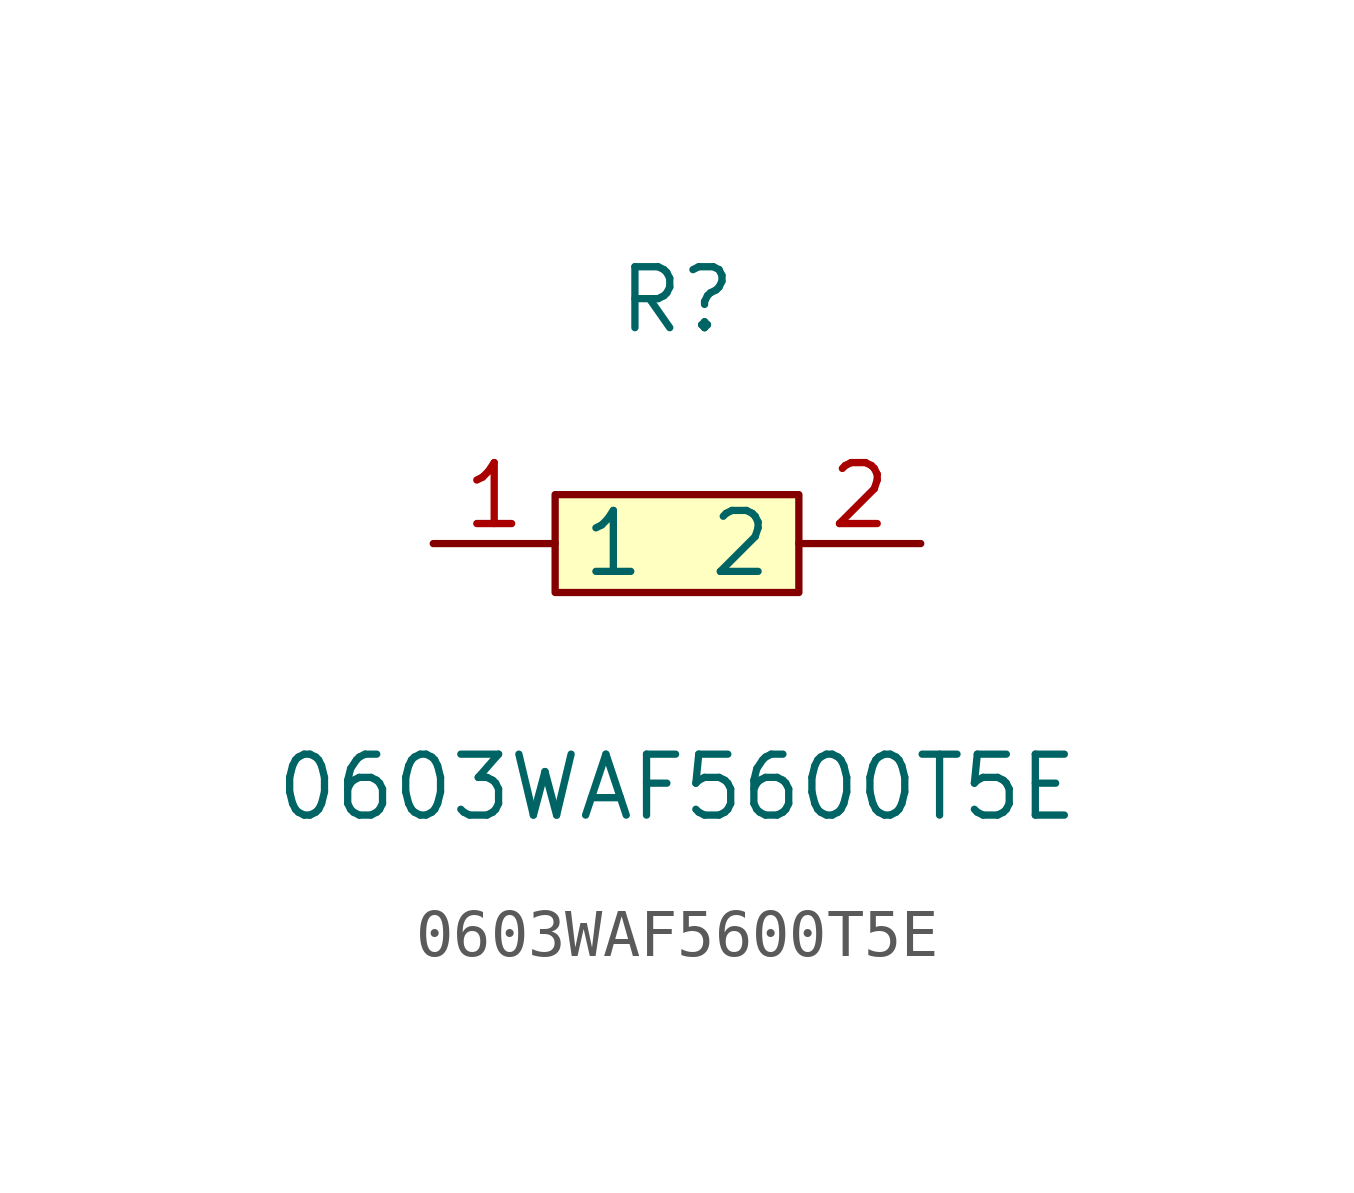
<source format=kicad_sym>
(kicad_symbol_lib
  (version 1)
  (generator "faebryk")
  (symbol "0603WAF5600T5E"
    (property "Reference" "R"
      (at 0 5.08 0)
      (effects (font (size 1.27 1.27)) (hide no)))
    (property "Value" "0603WAF5600T5E"
      (at 0 -5.08 0)
      (effects (font (size 1.27 1.27)) (hide no)))
    (symbol "0603WAF5600T5E_0_1"
      (rectangle (start -2.54 1.02) (end 2.54 -1.02) (stroke (width 0) (type default) (color 0 0 0 0)) (fill (type background)))
      (pin input line (at 5.08 0 180) (length 2.54) (name "2" (effects (font (size 1.27 1.27)) (hide no))) (number "2" (effects (font (size 1.27 1.27)) (hide no))))
      (pin input line (at -5.08 0 0) (length 2.54) (name "1" (effects (font (size 1.27 1.27)) (hide no))) (number "1" (effects (font (size 1.27 1.27)) (hide no)))))))
</source>
